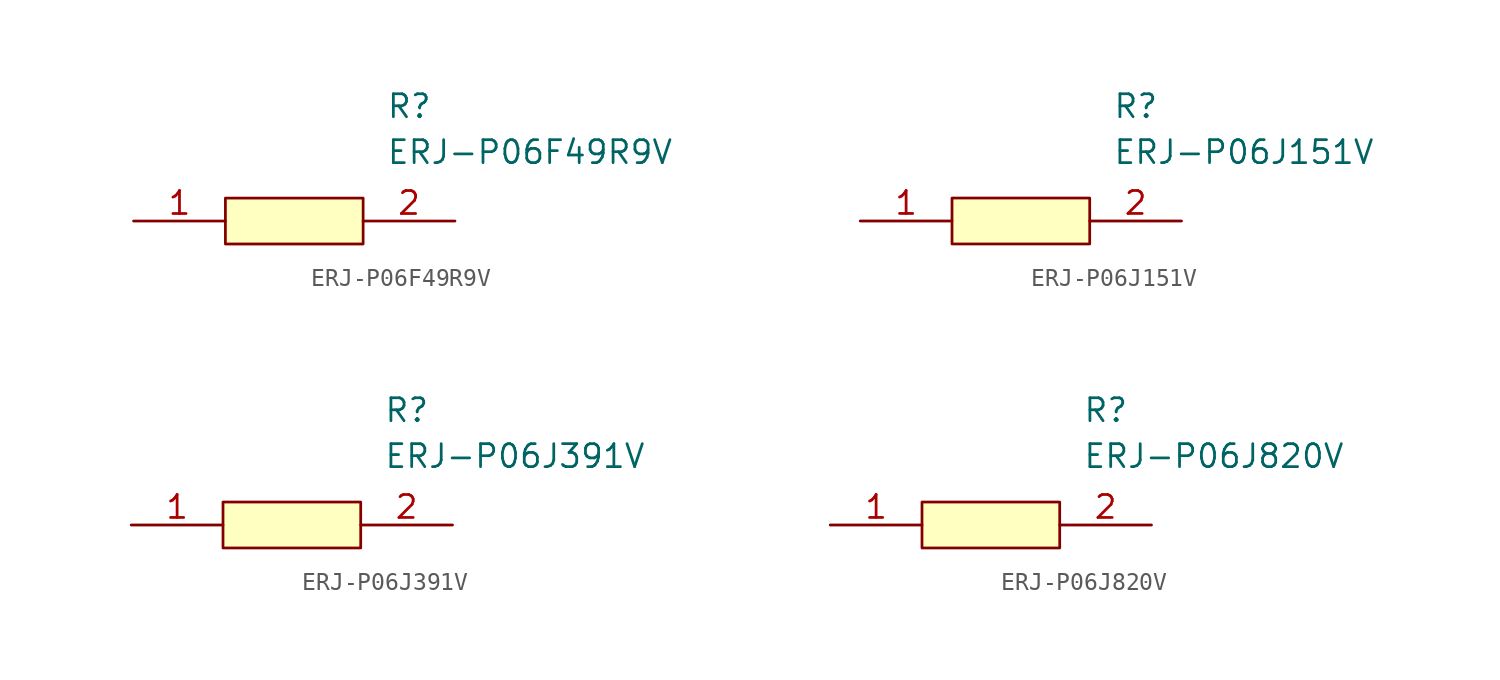
<source format=kicad_sym>
(kicad_symbol_lib
  (version 20211014)
  (generator kicad_symbol_editor)
  (symbol "ERJ-P06F49R9V"
    (pin_names
      (offset 0.762))
    (property "Reference" "R"
      (at 13.97 6.35 0)
      (effects (font (size 1.27 1.27)) (justify left)))
    (property "Value" "ERJ-P06F49R9V"
      (at 13.97 3.81 0)
      (effects (font (size 1.27 1.27)) (justify left)))
    (symbol "ERJ-P06F49R9V_0_0"
      (pin passive line (at 0 0 0) (length 5.08) (name "~" (effects (font (size 1.27 1.27)))) (number "1" (effects (font (size 1.27 1.27)))))
      (pin passive line (at 17.78 0 180) (length 5.08) (name "~" (effects (font (size 1.27 1.27)))) (number "2" (effects (font (size 1.27 1.27))))))
    (symbol "ERJ-P06F49R9V_0_1"
      (polyline (pts (xy 5.08 1.27) (xy 12.7 1.27) (xy 12.7 -1.27) (xy 5.08 -1.27) (xy 5.08 1.27)) (stroke (width 0.152) (type default) (color 0 0 0 0)) (fill (type background)))))
  (symbol "ERJ-P06J151V"
    (pin_names
      (offset 0.762))
    (property "Reference" "R"
      (at 13.97 6.35 0)
      (effects (font (size 1.27 1.27)) (justify left)))
    (property "Value" "ERJ-P06J151V"
      (at 13.97 3.81 0)
      (effects (font (size 1.27 1.27)) (justify left)))
    (symbol "ERJ-P06J151V_0_0"
      (pin passive line (at 0 0 0) (length 5.08) (name "~" (effects (font (size 1.27 1.27)))) (number "1" (effects (font (size 1.27 1.27)))))
      (pin passive line (at 17.78 0 180) (length 5.08) (name "~" (effects (font (size 1.27 1.27)))) (number "2" (effects (font (size 1.27 1.27))))))
    (symbol "ERJ-P06J151V_0_1"
      (polyline (pts (xy 5.08 1.27) (xy 12.7 1.27) (xy 12.7 -1.27) (xy 5.08 -1.27) (xy 5.08 1.27)) (stroke (width 0.152) (type default) (color 0 0 0 0)) (fill (type background)))))
  (symbol "ERJ-P06J391V"
    (pin_names
      (offset 0.762))
    (property "Reference" "R"
      (at 13.97 6.35 0)
      (effects (font (size 1.27 1.27)) (justify left)))
    (property "Value" "ERJ-P06J391V"
      (at 13.97 3.81 0)
      (effects (font (size 1.27 1.27)) (justify left)))
    (symbol "ERJ-P06J391V_0_0"
      (pin passive line (at 0 0 0) (length 5.08) (name "~" (effects (font (size 1.27 1.27)))) (number "1" (effects (font (size 1.27 1.27)))))
      (pin passive line (at 17.78 0 180) (length 5.08) (name "~" (effects (font (size 1.27 1.27)))) (number "2" (effects (font (size 1.27 1.27))))))
    (symbol "ERJ-P06J391V_0_1"
      (polyline (pts (xy 5.08 1.27) (xy 12.7 1.27) (xy 12.7 -1.27) (xy 5.08 -1.27) (xy 5.08 1.27)) (stroke (width 0.152) (type default) (color 0 0 0 0)) (fill (type background)))))
  (symbol "ERJ-P06J820V"
    (pin_names
      (offset 0.762))
    (property "Reference" "R"
      (at 13.97 6.35 0)
      (effects (font (size 1.27 1.27)) (justify left)))
    (property "Value" "ERJ-P06J820V"
      (at 13.97 3.81 0)
      (effects (font (size 1.27 1.27)) (justify left)))
    (symbol "ERJ-P06J820V_0_0"
      (pin passive line (at 0 0 0) (length 5.08) (name "~" (effects (font (size 1.27 1.27)))) (number "1" (effects (font (size 1.27 1.27)))))
      (pin passive line (at 17.78 0 180) (length 5.08) (name "~" (effects (font (size 1.27 1.27)))) (number "2" (effects (font (size 1.27 1.27))))))
    (symbol "ERJ-P06J820V_0_1"
      (polyline (pts (xy 5.08 1.27) (xy 12.7 1.27) (xy 12.7 -1.27) (xy 5.08 -1.27) (xy 5.08 1.27)) (stroke (width 0.152) (type default) (color 0 0 0 0)) (fill (type background))))))
</source>
